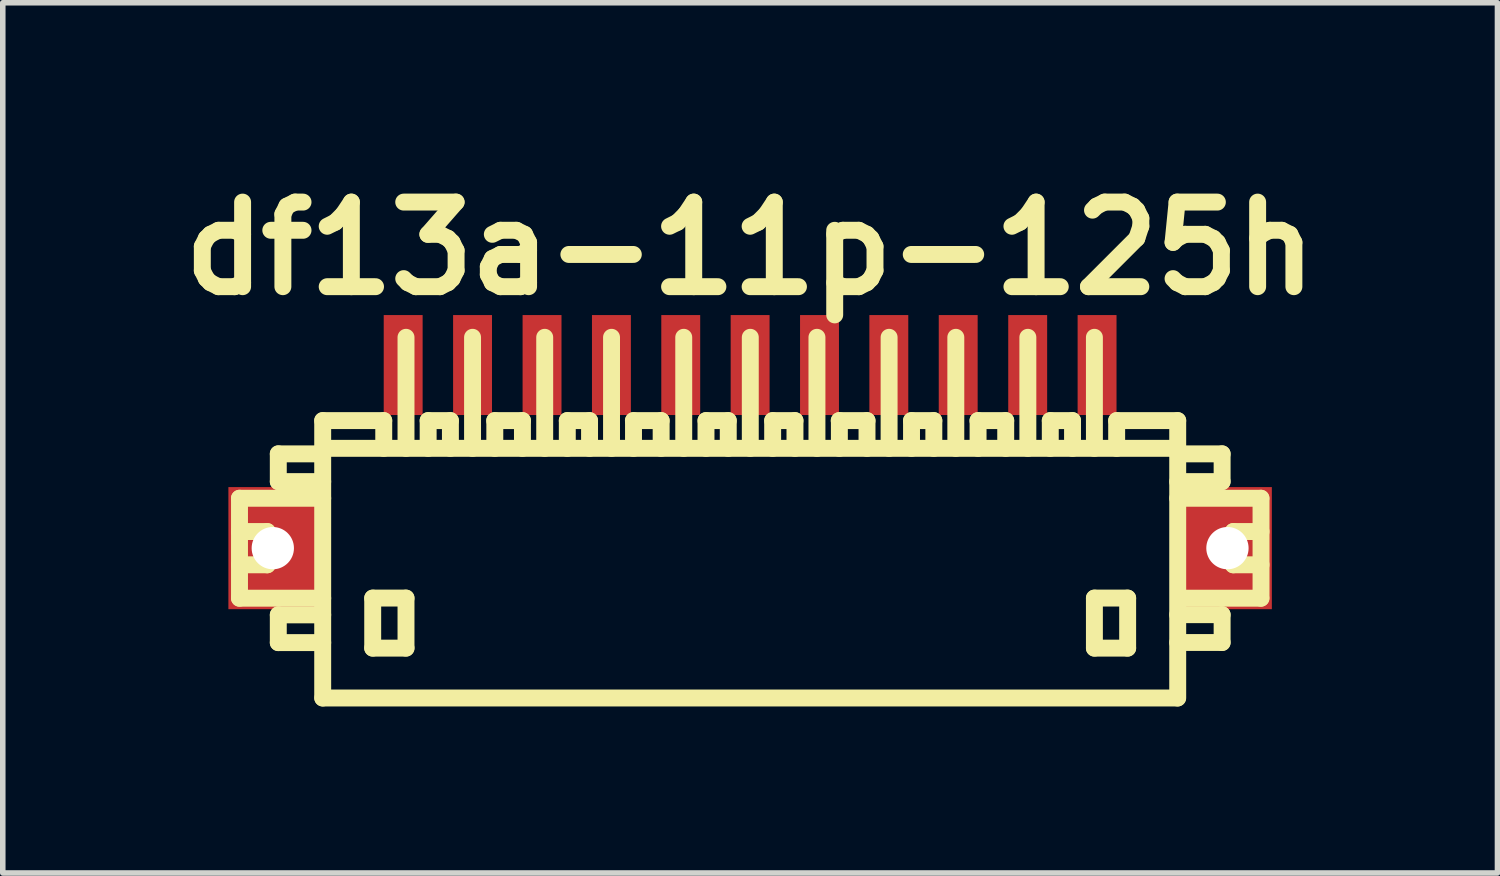
<source format=kicad_pcb>
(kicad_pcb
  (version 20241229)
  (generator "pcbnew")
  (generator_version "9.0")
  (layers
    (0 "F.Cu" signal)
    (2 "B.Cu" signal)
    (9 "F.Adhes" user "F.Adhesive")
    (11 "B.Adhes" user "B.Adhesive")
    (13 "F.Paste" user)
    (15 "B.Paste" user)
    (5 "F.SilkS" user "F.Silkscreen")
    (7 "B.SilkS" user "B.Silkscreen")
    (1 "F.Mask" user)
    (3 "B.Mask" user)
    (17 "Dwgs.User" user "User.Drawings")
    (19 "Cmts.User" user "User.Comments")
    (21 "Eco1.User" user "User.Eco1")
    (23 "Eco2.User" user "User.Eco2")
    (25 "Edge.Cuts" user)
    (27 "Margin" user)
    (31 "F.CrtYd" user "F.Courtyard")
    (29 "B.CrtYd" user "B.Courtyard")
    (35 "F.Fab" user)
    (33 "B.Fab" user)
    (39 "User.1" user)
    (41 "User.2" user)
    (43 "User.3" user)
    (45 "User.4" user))
  (footprint "df13a-11p-125h"
    (layer "F.Cu")
    (at 10.465 7.027)
    (property "Reference" "df13a-11p-125h" (at 0 -5.601 0) (layer "F.SilkS") (effects (font (size 1.524 1.524) (thickness 0.305))))
    (attr through_hole)
    (fp_line (start -9.2 -1.1) (end -9.2 0.701) (stroke (width 0.305) (type solid)) (layer "F.SilkS"))
    (fp_line (start -9.2 0.701) (end -7.701 0.701) (stroke (width 0.305) (type solid)) (layer "F.SilkS"))
    (fp_line (start -8.7 -0.5) (end -9.2 -0.5) (stroke (width 0.305) (type solid)) (layer "F.SilkS"))
    (fp_line (start -8.7 0.099) (end -9.2 0.099) (stroke (width 0.305) (type solid)) (layer "F.SilkS"))
    (fp_line (start -8.7 0.099) (end -8.7 -0.5) (stroke (width 0.305) (type solid)) (layer "F.SilkS"))
    (fp_line (start -8.501 -1.9) (end -8.501 -1.4) (stroke (width 0.305) (type solid)) (layer "F.SilkS"))
    (fp_line (start -8.501 -1.9) (end -7.701 -1.9) (stroke (width 0.305) (type solid)) (layer "F.SilkS"))
    (fp_line (start -8.501 1.001) (end -8.501 1.501) (stroke (width 0.305) (type solid)) (layer "F.SilkS"))
    (fp_line (start -8.501 1.501) (end -7.701 1.501) (stroke (width 0.305) (type solid)) (layer "F.SilkS"))
    (fp_line (start -7.701 -1.4) (end -8.501 -1.4) (stroke (width 0.305) (type solid)) (layer "F.SilkS"))
    (fp_line (start -7.701 -1.1) (end -9.2 -1.1) (stroke (width 0.305) (type solid)) (layer "F.SilkS"))
    (fp_line (start -7.701 1.001) (end -8.501 1.001) (stroke (width 0.305) (type solid)) (layer "F.SilkS"))
    (fp_line (start -7.701 2.499) (end -7.701 -2.499) (stroke (width 0.305) (type solid)) (layer "F.SilkS"))
    (fp_line (start -7.699 2.499) (end 7.699 2.499) (stroke (width 0.305) (type solid)) (layer "F.SilkS"))
    (fp_line (start -6.8 0.699) (end -6.8 1.6) (stroke (width 0.305) (type solid)) (layer "F.SilkS"))
    (fp_line (start -6.8 1.6) (end -6.2 1.6) (stroke (width 0.305) (type solid)) (layer "F.SilkS"))
    (fp_line (start -6.601 -2.499) (end -7.701 -2.499) (stroke (width 0.305) (type solid)) (layer "F.SilkS"))
    (fp_line (start -6.601 -2.499) (end -6.601 -1.999) (stroke (width 0.305) (type solid)) (layer "F.SilkS"))
    (fp_line (start -6.2 -4) (end -6.2 -1.999) (stroke (width 0.305) (type solid)) (layer "F.SilkS"))
    (fp_line (start -6.2 0.699) (end -6.8 0.699) (stroke (width 0.305) (type solid)) (layer "F.SilkS"))
    (fp_line (start -6.2 1.6) (end -6.2 0.699) (stroke (width 0.305) (type solid)) (layer "F.SilkS"))
    (fp_line (start -5.801 -2.499) (end -5.801 -1.999) (stroke (width 0.305) (type solid)) (layer "F.SilkS"))
    (fp_line (start -5.4 -2.499) (end -5.801 -2.499) (stroke (width 0.305) (type solid)) (layer "F.SilkS"))
    (fp_line (start -5.4 -2.499) (end -5.4 -1.999) (stroke (width 0.305) (type solid)) (layer "F.SilkS"))
    (fp_line (start -5.001 -1.999) (end -5.001 -4) (stroke (width 0.305) (type solid)) (layer "F.SilkS"))
    (fp_line (start -4.602 -2.499) (end -4.102 -2.499) (stroke (width 0.305) (type solid)) (layer "F.SilkS"))
    (fp_line (start -4.6 -1.999) (end -4.6 -2.499) (stroke (width 0.305) (type solid)) (layer "F.SilkS"))
    (fp_line (start -4.102 -2.499) (end -4.102 -1.999) (stroke (width 0.305) (type solid)) (layer "F.SilkS"))
    (fp_line (start -3.701 -1.999) (end -3.701 -4) (stroke (width 0.305) (type solid)) (layer "F.SilkS"))
    (fp_line (start -3.294 -2.499) (end -3.294 -1.999) (stroke (width 0.305) (type solid)) (layer "F.SilkS"))
    (fp_line (start -2.893 -2.499) (end -3.294 -2.499) (stroke (width 0.305) (type solid)) (layer "F.SilkS"))
    (fp_line (start -2.893 -2.499) (end -2.893 -1.999) (stroke (width 0.305) (type solid)) (layer "F.SilkS"))
    (fp_line (start -2.497 -1.999) (end -2.497 -4) (stroke (width 0.305) (type solid)) (layer "F.SilkS"))
    (fp_line (start -2.103 -2.499) (end -1.603 -2.499) (stroke (width 0.305) (type solid)) (layer "F.SilkS"))
    (fp_line (start -2.101 -1.999) (end -2.101 -2.499) (stroke (width 0.305) (type solid)) (layer "F.SilkS"))
    (fp_line (start -1.603 -2.499) (end -1.603 -1.999) (stroke (width 0.305) (type solid)) (layer "F.SilkS"))
    (fp_line (start -1.196 -1.999) (end -1.196 -4) (stroke (width 0.305) (type solid)) (layer "F.SilkS"))
    (fp_line (start -0.795 -2.499) (end -0.795 -1.999) (stroke (width 0.305) (type solid)) (layer "F.SilkS"))
    (fp_line (start -0.394 -2.499) (end -0.795 -2.499) (stroke (width 0.305) (type solid)) (layer "F.SilkS"))
    (fp_line (start -0.394 -2.499) (end -0.394 -1.999) (stroke (width 0.305) (type solid)) (layer "F.SilkS"))
    (fp_line (start 0.003 -1.999) (end 0.003 -4) (stroke (width 0.305) (type solid)) (layer "F.SilkS"))
    (fp_line (start 0.406 -2.499) (end 0.406 -1.999) (stroke (width 0.305) (type solid)) (layer "F.SilkS"))
    (fp_line (start 0.808 -2.499) (end 0.406 -2.499) (stroke (width 0.305) (type solid)) (layer "F.SilkS"))
    (fp_line (start 0.808 -2.499) (end 0.808 -1.999) (stroke (width 0.305) (type solid)) (layer "F.SilkS"))
    (fp_line (start 1.204 -1.999) (end 1.204 -4) (stroke (width 0.305) (type solid)) (layer "F.SilkS"))
    (fp_line (start 1.605 -2.499) (end 2.106 -2.499) (stroke (width 0.305) (type solid)) (layer "F.SilkS"))
    (fp_line (start 1.608 -1.999) (end 1.608 -2.499) (stroke (width 0.305) (type solid)) (layer "F.SilkS"))
    (fp_line (start 2.106 -2.499) (end 2.106 -1.999) (stroke (width 0.305) (type solid)) (layer "F.SilkS"))
    (fp_line (start 2.504 -1.999) (end 2.504 -4) (stroke (width 0.305) (type solid)) (layer "F.SilkS"))
    (fp_line (start 2.908 -2.499) (end 2.908 -1.999) (stroke (width 0.305) (type solid)) (layer "F.SilkS"))
    (fp_line (start 3.31 -2.499) (end 2.908 -2.499) (stroke (width 0.305) (type solid)) (layer "F.SilkS"))
    (fp_line (start 3.31 -2.499) (end 3.31 -1.999) (stroke (width 0.305) (type solid)) (layer "F.SilkS"))
    (fp_line (start 3.706 -1.999) (end 3.706 -4) (stroke (width 0.305) (type solid)) (layer "F.SilkS"))
    (fp_line (start 4.105 -2.499) (end 4.605 -2.499) (stroke (width 0.305) (type solid)) (layer "F.SilkS"))
    (fp_line (start 4.107 -1.999) (end 4.107 -2.499) (stroke (width 0.305) (type solid)) (layer "F.SilkS"))
    (fp_line (start 4.605 -2.499) (end 4.605 -1.999) (stroke (width 0.305) (type solid)) (layer "F.SilkS"))
    (fp_line (start 5.004 -1.999) (end 5.004 -4) (stroke (width 0.305) (type solid)) (layer "F.SilkS"))
    (fp_line (start 5.408 -2.499) (end 5.408 -1.999) (stroke (width 0.305) (type solid)) (layer "F.SilkS"))
    (fp_line (start 5.809 -2.499) (end 5.408 -2.499) (stroke (width 0.305) (type solid)) (layer "F.SilkS"))
    (fp_line (start 5.809 -2.499) (end 5.809 -1.999) (stroke (width 0.305) (type solid)) (layer "F.SilkS"))
    (fp_line (start 6.203 -1.999) (end 6.203 -4) (stroke (width 0.305) (type solid)) (layer "F.SilkS"))
    (fp_line (start 6.203 0.699) (end 6.802 0.699) (stroke (width 0.305) (type solid)) (layer "F.SilkS"))
    (fp_line (start 6.203 1.6) (end 6.203 0.699) (stroke (width 0.305) (type solid)) (layer "F.SilkS"))
    (fp_line (start 6.604 -2.499) (end 6.604 -1.999) (stroke (width 0.305) (type solid)) (layer "F.SilkS"))
    (fp_line (start 6.802 0.699) (end 6.802 1.6) (stroke (width 0.305) (type solid)) (layer "F.SilkS"))
    (fp_line (start 6.802 1.6) (end 6.203 1.6) (stroke (width 0.305) (type solid)) (layer "F.SilkS"))
    (fp_line (start 7.699 -1.999) (end -7.699 -1.999) (stroke (width 0.305) (type solid)) (layer "F.SilkS"))
    (fp_line (start 7.704 -2.499) (end 6.604 -2.499) (stroke (width 0.305) (type solid)) (layer "F.SilkS"))
    (fp_line (start 7.704 -2.499) (end 7.704 2.499) (stroke (width 0.305) (type solid)) (layer "F.SilkS"))
    (fp_line (start 7.704 -1.9) (end 8.504 -1.9) (stroke (width 0.305) (type solid)) (layer "F.SilkS"))
    (fp_line (start 7.704 0.998) (end 8.504 0.998) (stroke (width 0.305) (type solid)) (layer "F.SilkS"))
    (fp_line (start 8.504 -1.9) (end 8.504 -1.4) (stroke (width 0.305) (type solid)) (layer "F.SilkS"))
    (fp_line (start 8.504 -1.4) (end 7.704 -1.4) (stroke (width 0.305) (type solid)) (layer "F.SilkS"))
    (fp_line (start 8.504 0.998) (end 8.504 1.499) (stroke (width 0.305) (type solid)) (layer "F.SilkS"))
    (fp_line (start 8.504 1.499) (end 7.704 1.499) (stroke (width 0.305) (type solid)) (layer "F.SilkS"))
    (fp_line (start 8.705 0.099) (end 8.705 -0.5) (stroke (width 0.305) (type solid)) (layer "F.SilkS"))
    (fp_line (start 9.202 -1.1) (end 7.704 -1.1) (stroke (width 0.305) (type solid)) (layer "F.SilkS"))
    (fp_line (start 9.202 0.701) (end 7.803 0.701) (stroke (width 0.305) (type solid)) (layer "F.SilkS"))
    (fp_line (start 9.205 -1.1) (end 9.205 0.701) (stroke (width 0.305) (type solid)) (layer "F.SilkS"))
    (fp_line (start 9.205 -0.5) (end 8.705 -0.5) (stroke (width 0.305) (type solid)) (layer "F.SilkS"))
    (fp_line (start 9.205 0.099) (end 8.705 0.099) (stroke (width 0.305) (type solid)) (layer "F.SilkS"))
    (pad "" np_thru_hole rect (at -8.6 -0.201) (size 1.6 2.2) (drill 0.762) (layers "F.Cu" "F.Mask" "F.Paste"))
    (pad "" np_thru_hole rect (at 8.6 -0.201) (size 1.6 2.2) (drill 0.762) (layers "F.Cu" "F.Mask" "F.Paste"))
    (pad "1" smd rect (at 6.251 -3.5) (size 0.701 1.801) (layers "F.Cu" "F.Mask" "F.Paste"))
    (pad "2" smd rect (at 5.001 -3.5) (size 0.701 1.801) (layers "F.Cu" "F.Mask" "F.Paste"))
    (pad "3" smd rect (at 3.749 -3.5) (size 0.701 1.801) (layers "F.Cu" "F.Mask" "F.Paste"))
    (pad "4" smd rect (at 2.499 -3.5) (size 0.701 1.801) (layers "F.Cu" "F.Mask" "F.Paste"))
    (pad "5" smd rect (at 1.25 -3.5) (size 0.701 1.801) (layers "F.Cu" "F.Mask" "F.Paste"))
    (pad "6" smd rect (at 0 -3.5) (size 0.701 1.801) (layers "F.Cu" "F.Mask" "F.Paste"))
    (pad "7" smd rect (at -1.25 -3.5) (size 0.701 1.801) (layers "F.Cu" "F.Mask" "F.Paste"))
    (pad "8" smd rect (at -2.499 -3.5) (size 0.701 1.801) (layers "F.Cu" "F.Mask" "F.Paste"))
    (pad "9" smd rect (at -3.749 -3.5) (size 0.701 1.801) (layers "F.Cu" "F.Mask" "F.Paste"))
    (pad "10" smd rect (at -5.001 -3.5) (size 0.701 1.801) (layers "F.Cu" "F.Mask" "F.Paste"))
    (pad "11" smd rect (at -6.251 -3.5) (size 0.701 1.801) (layers "F.Cu" "F.Mask" "F.Paste")))
  (gr_rect
    (start -3 -3)
    (end 23.93 12.679)
    (stroke (width 0.1) (type default))
    (fill no)
    (layer "Edge.Cuts")))
</source>
